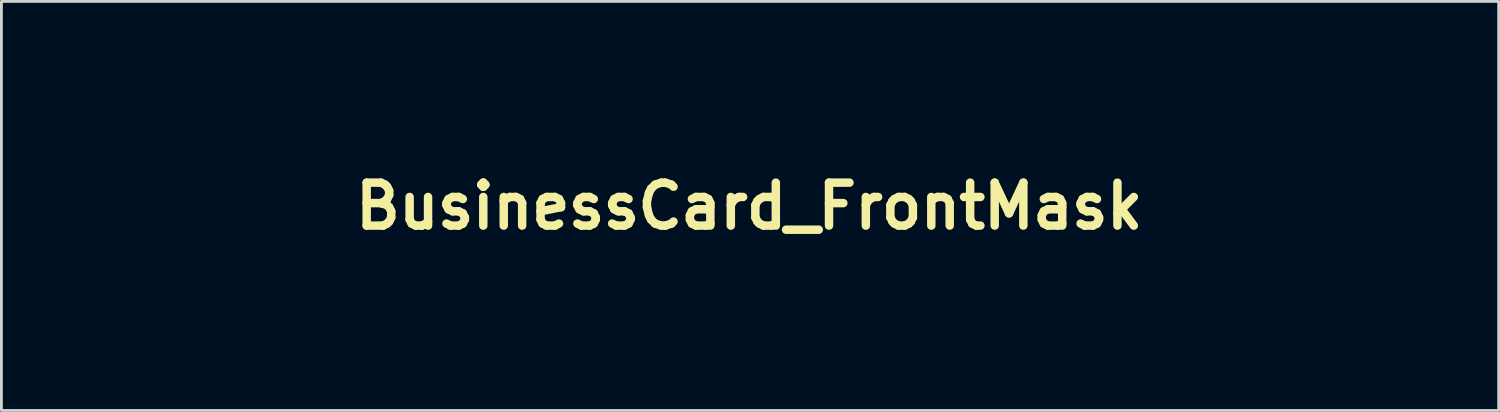
<source format=kicad_pcb>
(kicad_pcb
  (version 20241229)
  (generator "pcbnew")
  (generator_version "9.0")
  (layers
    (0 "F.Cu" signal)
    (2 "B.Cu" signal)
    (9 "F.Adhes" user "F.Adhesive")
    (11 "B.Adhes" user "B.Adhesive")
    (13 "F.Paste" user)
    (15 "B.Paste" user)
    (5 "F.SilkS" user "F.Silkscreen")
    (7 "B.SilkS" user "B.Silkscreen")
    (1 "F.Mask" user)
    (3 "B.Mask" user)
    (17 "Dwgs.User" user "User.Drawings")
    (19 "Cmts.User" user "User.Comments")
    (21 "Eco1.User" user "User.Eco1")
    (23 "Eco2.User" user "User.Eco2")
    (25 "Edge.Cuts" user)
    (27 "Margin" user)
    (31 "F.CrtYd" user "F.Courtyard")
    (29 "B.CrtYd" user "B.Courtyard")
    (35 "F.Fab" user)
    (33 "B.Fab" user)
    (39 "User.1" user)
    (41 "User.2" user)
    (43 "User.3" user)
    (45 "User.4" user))
  (footprint "BusinessCard_FrontMask"
    (layer "F.Cu")
    (at 23.529 4.264)
    (property "Reference" "BusinessCard_FrontMask" (at 0 0 0) (layer "F.SilkS") (effects (font (size 1.524 1.524) (thickness 0.3))))
    (attr through_hole)
    (fp_poly (pts (xy -22.916 3.448) (xy -23.271 3.448) (xy -23.271 0.659) (xy -22.916 0.659) (xy -22.916 3.448)) (stroke (width 0.01) (type solid)) (fill yes) (layer "F.Mask"))
    (fp_poly (pts (xy -14.956 -0.659) (xy -15.615 -0.659) (xy -15.615 -3.194) (xy -14.956 -3.194) (xy -14.956 -0.659)) (stroke (width 0.01) (type solid)) (fill yes) (layer "F.Mask"))
    (fp_poly (pts (xy -13.283 3.448) (xy -13.638 3.448) (xy -13.638 1.369) (xy -13.283 1.369) (xy -13.283 3.448)) (stroke (width 0.01) (type solid)) (fill yes) (layer "F.Mask"))
    (fp_poly (pts (xy -5.374 -0.659) (xy -6.084 -0.659) (xy -6.084 -4.259) (xy -5.374 -4.259) (xy -5.374 -0.659)) (stroke (width 0.01) (type solid)) (fill yes) (layer "F.Mask"))
    (fp_poly (pts (xy -4.107 -0.659) (xy -4.766 -0.659) (xy -4.766 -3.194) (xy -4.107 -3.194) (xy -4.107 -0.659)) (stroke (width 0.01) (type solid)) (fill yes) (layer "F.Mask"))
    (fp_poly (pts (xy -3.701 3.448) (xy -4.056 3.448) (xy -4.056 0.507) (xy -3.701 0.507) (xy -3.701 3.448)) (stroke (width 0.01) (type solid)) (fill yes) (layer "F.Mask"))
    (fp_poly (pts (xy 8.315 3.448) (xy 7.96 3.448) (xy 7.96 1.369) (xy 8.315 1.369) (xy 8.315 3.448)) (stroke (width 0.01) (type solid)) (fill yes) (layer "F.Mask"))
    (fp_poly (pts (xy 20.837 -0.659) (xy 20.127 -0.659) (xy 20.127 -3.194) (xy 20.837 -3.194) (xy 20.837 -0.659)) (stroke (width 0.01) (type solid)) (fill yes) (layer "F.Mask"))
    (fp_poly (pts (xy -13.364 0.67) (xy -13.312 0.793) (xy -13.308 0.842) (xy -13.326 0.952) (xy -13.397 0.997) (xy -13.439 1.004) (xy -13.562 0.988) (xy -13.634 0.943) (xy -13.681 0.819) (xy -13.638 0.697) (xy -13.575 0.639) (xy -13.459 0.613) (xy -13.364 0.67)) (stroke (width 0.01) (type solid)) (fill yes) (layer "F.Mask"))
    (fp_poly (pts (xy -6.489 -3.498) (xy -8.061 -3.498) (xy -8.061 -2.687) (xy -6.692 -2.687) (xy -6.692 -2.129) (xy -8.061 -2.129) (xy -8.061 -1.217) (xy -6.489 -1.217) (xy -6.489 -0.659) (xy -8.771 -0.659) (xy -8.771 -4.056) (xy -6.489 -4.056) (xy -6.489 -3.498)) (stroke (width 0.01) (type solid)) (fill yes) (layer "F.Mask"))
    (fp_poly (pts (xy 8.264 0.648) (xy 8.334 0.722) (xy 8.359 0.839) (xy 8.3 0.94) (xy 8.174 1) (xy 8.146 1.004) (xy 8.041 0.996) (xy 7.989 0.917) (xy 7.981 0.89) (xy 7.983 0.75) (xy 8.05 0.654) (xy 8.153 0.616) (xy 8.264 0.648)) (stroke (width 0.01) (type solid)) (fill yes) (layer "F.Mask"))
    (fp_poly (pts (xy 4.735 0.78) (xy 4.571 0.945) (xy 4.442 1.034) (xy 4.347 1.059) (xy 4.246 1.055) (xy 4.208 1.039) (xy 4.234 0.986) (xy 4.3 0.875) (xy 4.373 0.761) (xy 4.471 0.619) (xy 4.548 0.544) (xy 4.637 0.514) (xy 4.761 0.508) (xy 4.984 0.507) (xy 4.735 0.78)) (stroke (width 0.01) (type solid)) (fill yes) (layer "F.Mask"))
    (fp_poly (pts (xy -15.183 -4.185) (xy -15.03 -4.084) (xy -14.927 -3.938) (xy -14.92 -3.793) (xy -15.01 -3.632) (xy -15.01 -3.632) (xy -15.152 -3.526) (xy -15.325 -3.496) (xy -15.494 -3.546) (xy -15.564 -3.6) (xy -15.654 -3.751) (xy -15.655 -3.918) (xy -15.57 -4.069) (xy -15.532 -4.103) (xy -15.354 -4.194) (xy -15.183 -4.185)) (stroke (width 0.01) (type solid)) (fill yes) (layer "F.Mask"))
    (fp_poly (pts (xy 20.629 -4.178) (xy 20.771 -4.088) (xy 20.846 -3.933) (xy 20.854 -3.853) (xy 20.811 -3.684) (xy 20.699 -3.564) (xy 20.543 -3.504) (xy 20.368 -3.515) (xy 20.24 -3.577) (xy 20.156 -3.674) (xy 20.128 -3.824) (xy 20.127 -3.85) (xy 20.152 -4.019) (xy 20.236 -4.124) (xy 20.398 -4.182) (xy 20.441 -4.19) (xy 20.629 -4.178)) (stroke (width 0.01) (type solid)) (fill yes) (layer "F.Mask"))
    (fp_poly (pts (xy -3.775 -4.204) (xy -3.65 -4.194) (xy -3.6 -4.18) (xy -3.6 -4.179) (xy -3.631 -4.131) (xy -3.715 -4.027) (xy -3.837 -3.886) (xy -3.891 -3.824) (xy -4.034 -3.667) (xy -4.135 -3.571) (xy -4.221 -3.521) (xy -4.316 -3.501) (xy -4.446 -3.498) (xy -4.449 -3.498) (xy -4.598 -3.502) (xy -4.694 -3.512) (xy -4.715 -3.521) (xy -4.69 -3.571) (xy -4.624 -3.685) (xy -4.529 -3.839) (xy -4.507 -3.876) (xy -4.298 -4.208) (xy -3.949 -4.208) (xy -3.775 -4.204)) (stroke (width 0.01) (type solid)) (fill yes) (layer "F.Mask"))
    (fp_poly (pts (xy 17.184 -3.221) (xy 17.212 -3.157) (xy 17.231 -3.022) (xy 17.238 -2.874) (xy 17.238 -2.56) (xy 17.02 -2.56) (xy 16.838 -2.538) (xy 16.682 -2.48) (xy 16.665 -2.47) (xy 16.528 -2.38) (xy 16.528 -0.659) (xy 15.818 -0.659) (xy 15.818 -3.194) (xy 16.148 -3.194) (xy 16.325 -3.192) (xy 16.423 -3.18) (xy 16.466 -3.148) (xy 16.477 -3.087) (xy 16.477 -3.063) (xy 16.477 -2.932) (xy 16.631 -3.061) (xy 16.776 -3.153) (xy 16.943 -3.217) (xy 17.094 -3.24) (xy 17.184 -3.221)) (stroke (width 0.01) (type solid)) (fill yes) (layer "F.Mask"))
    (fp_poly (pts (xy -9.713 1.34) (xy -9.686 1.424) (xy -9.683 1.489) (xy -9.691 1.599) (xy -9.734 1.653) (xy -9.84 1.68) (xy -9.89 1.687) (xy -10.032 1.711) (xy -10.136 1.749) (xy -10.208 1.816) (xy -10.253 1.925) (xy -10.279 2.091) (xy -10.289 2.33) (xy -10.292 2.654) (xy -10.292 2.67) (xy -10.292 3.448) (xy -10.647 3.448) (xy -10.647 1.369) (xy -10.469 1.369) (xy -10.347 1.38) (xy -10.298 1.424) (xy -10.292 1.474) (xy -10.285 1.546) (xy -10.248 1.533) (xy -10.208 1.495) (xy -10.044 1.385) (xy -9.846 1.323) (xy -9.782 1.318) (xy -9.713 1.34)) (stroke (width 0.01) (type solid)) (fill yes) (layer "F.Mask"))
    (fp_poly (pts (xy -10.353 -2.876) (xy -10.346 -2.694) (xy -10.352 -2.594) (xy -10.376 -2.554) (xy -10.425 -2.554) (xy -10.46 -2.563) (xy -10.609 -2.57) (xy -10.782 -2.537) (xy -10.939 -2.476) (xy -11.042 -2.399) (xy -11.051 -2.384) (xy -11.069 -2.301) (xy -11.085 -2.136) (xy -11.096 -1.907) (xy -11.102 -1.633) (xy -11.103 -1.474) (xy -11.103 -0.659) (xy -11.762 -0.659) (xy -11.762 -3.194) (xy -11.463 -3.194) (xy -11.295 -3.191) (xy -11.201 -3.173) (xy -11.155 -3.131) (xy -11.131 -3.06) (xy -11.098 -2.927) (xy -10.95 -3.069) (xy -10.803 -3.174) (xy -10.631 -3.213) (xy -10.585 -3.215) (xy -10.368 -3.219) (xy -10.353 -2.876)) (stroke (width 0.01) (type solid)) (fill yes) (layer "F.Mask"))
    (fp_poly (pts (xy 3.165 1.356) (xy 3.217 1.402) (xy 3.235 1.508) (xy 3.238 1.619) (xy 3.198 1.664) (xy 3.087 1.673) (xy 3.077 1.673) (xy 2.904 1.707) (xy 2.771 1.777) (xy 2.721 1.82) (xy 2.685 1.867) (xy 2.66 1.936) (xy 2.645 2.043) (xy 2.635 2.206) (xy 2.629 2.441) (xy 2.625 2.652) (xy 2.611 3.422) (xy 2.446 3.438) (xy 2.281 3.454) (xy 2.281 1.369) (xy 2.434 1.369) (xy 2.545 1.385) (xy 2.584 1.444) (xy 2.586 1.472) (xy 2.59 1.537) (xy 2.62 1.544) (xy 2.699 1.49) (xy 2.731 1.467) (xy 2.884 1.389) (xy 3.048 1.352) (xy 3.048 1.352) (xy 3.165 1.356)) (stroke (width 0.01) (type solid)) (fill yes) (layer "F.Mask"))
    (fp_poly (pts (xy -17.986 -3.184) (xy -17.624 -3.169) (xy -17.397 -2.345) (xy -17.321 -2.075) (xy -17.254 -1.845) (xy -17.199 -1.669) (xy -17.163 -1.564) (xy -17.15 -1.541) (xy -17.13 -1.594) (xy -17.089 -1.726) (xy -17.035 -1.914) (xy -16.979 -2.111) (xy -16.909 -2.366) (xy -16.84 -2.616) (xy -16.781 -2.825) (xy -16.752 -2.928) (xy -16.677 -3.194) (xy -16.318 -3.194) (xy -16.132 -3.192) (xy -16.028 -3.181) (xy -15.988 -3.156) (xy -15.993 -3.113) (xy -15.996 -3.105) (xy -16.022 -3.034) (xy -16.075 -2.881) (xy -16.15 -2.66) (xy -16.243 -2.387) (xy -16.348 -2.075) (xy -16.424 -1.85) (xy -16.815 -0.684) (xy -17.147 -0.67) (xy -17.48 -0.655) (xy -17.565 -0.898) (xy -17.607 -1.019) (xy -17.675 -1.218) (xy -17.763 -1.476) (xy -17.865 -1.774) (xy -17.974 -2.093) (xy -18 -2.17) (xy -18.349 -3.198) (xy -17.986 -3.184)) (stroke (width 0.01) (type solid)) (fill yes) (layer "F.Mask"))
    (fp_poly (pts (xy -21.126 1.361) (xy -20.921 1.454) (xy -20.769 1.613) (xy -20.764 1.622) (xy -20.725 1.7) (xy -20.696 1.786) (xy -20.678 1.9) (xy -20.667 2.061) (xy -20.662 2.285) (xy -20.66 2.591) (xy -20.66 2.611) (xy -20.66 3.422) (xy -20.824 3.438) (xy -20.989 3.454) (xy -20.99 2.779) (xy -20.995 2.413) (xy -21.012 2.135) (xy -21.043 1.933) (xy -21.091 1.795) (xy -21.16 1.709) (xy -21.233 1.667) (xy -21.446 1.637) (xy -21.655 1.696) (xy -21.823 1.831) (xy -21.874 1.895) (xy -21.909 1.96) (xy -21.932 2.044) (xy -21.945 2.166) (xy -21.951 2.345) (xy -21.952 2.599) (xy -21.952 2.716) (xy -21.952 3.448) (xy -22.307 3.448) (xy -22.307 1.369) (xy -22.13 1.369) (xy -22.01 1.378) (xy -21.961 1.421) (xy -21.952 1.5) (xy -21.952 1.631) (xy -21.802 1.505) (xy -21.592 1.383) (xy -21.358 1.337) (xy -21.126 1.361)) (stroke (width 0.01) (type solid)) (fill yes) (layer "F.Mask"))
    (fp_poly (pts (xy 6.903 1.348) (xy 7.129 1.444) (xy 7.225 1.523) (xy 7.296 1.624) (xy 7.346 1.765) (xy 7.378 1.958) (xy 7.395 2.22) (xy 7.402 2.564) (xy 7.402 2.66) (xy 7.402 3.448) (xy 7.047 3.448) (xy 7.047 2.659) (xy 7.047 2.36) (xy 7.043 2.145) (xy 7.035 1.997) (xy 7.019 1.898) (xy 6.993 1.832) (xy 6.955 1.78) (xy 6.923 1.747) (xy 6.799 1.66) (xy 6.671 1.622) (xy 6.667 1.622) (xy 6.495 1.655) (xy 6.326 1.737) (xy 6.204 1.846) (xy 6.187 1.873) (xy 6.168 1.958) (xy 6.152 2.123) (xy 6.141 2.349) (xy 6.135 2.614) (xy 6.135 2.709) (xy 6.135 3.448) (xy 5.78 3.448) (xy 5.78 1.369) (xy 5.957 1.369) (xy 6.081 1.381) (xy 6.13 1.427) (xy 6.135 1.463) (xy 6.142 1.514) (xy 6.178 1.524) (xy 6.264 1.49) (xy 6.375 1.434) (xy 6.646 1.343) (xy 6.903 1.348)) (stroke (width 0.01) (type solid)) (fill yes) (layer "F.Mask"))
    (fp_poly (pts (xy -14.702 1.354) (xy -14.501 1.434) (xy -14.352 1.576) (xy -14.346 1.587) (xy -14.309 1.658) (xy -14.282 1.741) (xy -14.264 1.855) (xy -14.253 2.015) (xy -14.248 2.24) (xy -14.247 2.547) (xy -14.246 2.598) (xy -14.246 3.448) (xy -14.54 3.448) (xy -14.562 2.674) (xy -14.572 2.399) (xy -14.585 2.155) (xy -14.6 1.964) (xy -14.615 1.843) (xy -14.622 1.817) (xy -14.713 1.721) (xy -14.864 1.657) (xy -15.036 1.638) (xy -15.103 1.647) (xy -15.24 1.709) (xy -15.371 1.816) (xy -15.386 1.833) (xy -15.436 1.897) (xy -15.471 1.962) (xy -15.493 2.046) (xy -15.506 2.17) (xy -15.512 2.35) (xy -15.514 2.607) (xy -15.514 2.716) (xy -15.514 3.448) (xy -15.869 3.448) (xy -15.869 1.369) (xy -15.691 1.369) (xy -15.571 1.378) (xy -15.522 1.421) (xy -15.514 1.5) (xy -15.514 1.631) (xy -15.365 1.506) (xy -15.161 1.388) (xy -14.932 1.338) (xy -14.702 1.354)) (stroke (width 0.01) (type solid)) (fill yes) (layer "F.Mask"))
    (fp_poly (pts (xy 11.957 1.347) (xy 12.212 1.431) (xy 12.438 1.598) (xy 12.599 1.827) (xy 12.695 2.099) (xy 12.727 2.392) (xy 12.699 2.685) (xy 12.61 2.956) (xy 12.465 3.182) (xy 12.279 3.335) (xy 11.986 3.449) (xy 11.694 3.471) (xy 11.483 3.424) (xy 11.232 3.282) (xy 11.038 3.068) (xy 10.909 2.798) (xy 10.857 2.516) (xy 11.215 2.516) (xy 11.229 2.631) (xy 11.306 2.864) (xy 11.439 3.042) (xy 11.61 3.154) (xy 11.8 3.192) (xy 11.993 3.147) (xy 12.086 3.088) (xy 12.252 2.907) (xy 12.345 2.674) (xy 12.37 2.408) (xy 12.336 2.122) (xy 12.237 1.889) (xy 12.084 1.722) (xy 11.885 1.633) (xy 11.776 1.622) (xy 11.579 1.669) (xy 11.416 1.798) (xy 11.295 1.992) (xy 11.225 2.237) (xy 11.215 2.516) (xy 10.857 2.516) (xy 10.851 2.488) (xy 10.871 2.154) (xy 10.902 2.017) (xy 11.021 1.755) (xy 11.205 1.552) (xy 11.435 1.413) (xy 11.692 1.343) (xy 11.957 1.347)) (stroke (width 0.01) (type solid)) (fill yes) (layer "F.Mask"))
    (fp_poly (pts (xy 4.612 1.357) (xy 4.86 1.454) (xy 5.074 1.632) (xy 5.109 1.674) (xy 5.245 1.92) (xy 5.314 2.203) (xy 5.321 2.5) (xy 5.268 2.788) (xy 5.158 3.046) (xy 4.994 3.25) (xy 4.877 3.335) (xy 4.589 3.448) (xy 4.301 3.472) (xy 4.088 3.426) (xy 3.831 3.281) (xy 3.635 3.067) (xy 3.507 2.798) (xy 3.452 2.494) (xy 3.814 2.494) (xy 3.865 2.755) (xy 3.97 2.966) (xy 4.119 3.113) (xy 4.305 3.188) (xy 4.517 3.178) (xy 4.63 3.138) (xy 4.77 3.023) (xy 4.878 2.838) (xy 4.948 2.609) (xy 4.973 2.363) (xy 4.948 2.129) (xy 4.893 1.979) (xy 4.746 1.78) (xy 4.566 1.665) (xy 4.372 1.631) (xy 4.183 1.674) (xy 4.016 1.79) (xy 3.889 1.976) (xy 3.827 2.192) (xy 3.814 2.494) (xy 3.452 2.494) (xy 3.452 2.49) (xy 3.475 2.16) (xy 3.528 1.962) (xy 3.662 1.707) (xy 3.856 1.516) (xy 4.091 1.391) (xy 4.35 1.337) (xy 4.612 1.357)) (stroke (width 0.01) (type solid)) (fill yes) (layer "F.Mask"))
    (fp_poly (pts (xy -21.243 -2.723) (xy -21.243 -2.319) (xy -21.245 -2.004) (xy -21.249 -1.762) (xy -21.256 -1.582) (xy -21.268 -1.449) (xy -21.285 -1.351) (xy -21.308 -1.273) (xy -21.338 -1.202) (xy -21.357 -1.165) (xy -21.49 -0.972) (xy -21.668 -0.803) (xy -21.691 -0.787) (xy -21.816 -0.708) (xy -21.933 -0.66) (xy -22.078 -0.634) (xy -22.285 -0.621) (xy -22.324 -0.62) (xy -22.569 -0.618) (xy -22.748 -0.637) (xy -22.893 -0.68) (xy -22.941 -0.702) (xy -23.098 -0.792) (xy -23.232 -0.896) (xy -23.256 -0.919) (xy -23.375 -1.089) (xy -23.47 -1.295) (xy -23.521 -1.492) (xy -23.524 -1.545) (xy -23.519 -1.612) (xy -23.489 -1.65) (xy -23.413 -1.668) (xy -23.267 -1.673) (xy -23.169 -1.673) (xy -22.984 -1.671) (xy -22.878 -1.66) (xy -22.829 -1.633) (xy -22.815 -1.58) (xy -22.814 -1.544) (xy -22.768 -1.386) (xy -22.648 -1.257) (xy -22.482 -1.178) (xy -22.383 -1.166) (xy -22.19 -1.207) (xy -22.077 -1.291) (xy -21.952 -1.415) (xy -21.952 -4.056) (xy -21.243 -4.056) (xy -21.243 -2.723)) (stroke (width 0.01) (type solid)) (fill yes) (layer "F.Mask"))
    (fp_poly (pts (xy -8.213 1.389) (xy -7.965 1.519) (xy -7.771 1.734) (xy -7.707 1.849) (xy -7.627 2.104) (xy -7.6 2.399) (xy -7.627 2.697) (xy -7.704 2.961) (xy -7.765 3.076) (xy -7.958 3.28) (xy -8.206 3.416) (xy -8.485 3.475) (xy -8.769 3.449) (xy -8.847 3.425) (xy -9.091 3.285) (xy -9.281 3.073) (xy -9.409 2.805) (xy -9.467 2.499) (xy -9.457 2.336) (xy -9.11 2.336) (xy -9.097 2.592) (xy -9.02 2.84) (xy -8.972 2.931) (xy -8.817 3.101) (xy -8.621 3.183) (xy -8.402 3.172) (xy -8.268 3.12) (xy -8.114 2.985) (xy -8.01 2.772) (xy -7.962 2.495) (xy -7.96 2.408) (xy -7.992 2.111) (xy -8.086 1.878) (xy -8.233 1.718) (xy -8.428 1.639) (xy -8.636 1.643) (xy -8.823 1.725) (xy -8.967 1.882) (xy -9.065 2.092) (xy -9.11 2.336) (xy -9.457 2.336) (xy -9.446 2.172) (xy -9.441 2.143) (xy -9.334 1.827) (xy -9.163 1.589) (xy -8.931 1.43) (xy -8.64 1.354) (xy -8.512 1.347) (xy -8.213 1.389)) (stroke (width 0.01) (type solid)) (fill yes) (layer "F.Mask"))
    (fp_poly (pts (xy 1.47 1.369) (xy 1.648 1.369) (xy 1.768 1.378) (xy 1.817 1.421) (xy 1.825 1.496) (xy 1.812 1.581) (xy 1.752 1.616) (xy 1.648 1.622) (xy 1.47 1.622) (xy 1.47 2.356) (xy 1.471 2.644) (xy 1.475 2.847) (xy 1.485 2.981) (xy 1.502 3.064) (xy 1.529 3.112) (xy 1.568 3.141) (xy 1.572 3.144) (xy 1.693 3.182) (xy 1.762 3.183) (xy 1.836 3.206) (xy 1.866 3.301) (xy 1.861 3.397) (xy 1.799 3.446) (xy 1.72 3.466) (xy 1.588 3.49) (xy 1.508 3.491) (xy 1.431 3.463) (xy 1.37 3.433) (xy 1.279 3.375) (xy 1.212 3.295) (xy 1.166 3.179) (xy 1.137 3.012) (xy 1.122 2.777) (xy 1.116 2.46) (xy 1.116 2.37) (xy 1.115 1.622) (xy 0.913 1.622) (xy 0.782 1.615) (xy 0.724 1.583) (xy 0.71 1.507) (xy 0.71 1.496) (xy 0.721 1.414) (xy 0.773 1.378) (xy 0.895 1.369) (xy 0.913 1.369) (xy 1.115 1.369) (xy 1.115 0.862) (xy 1.47 0.862) (xy 1.47 1.369)) (stroke (width 0.01) (type solid)) (fill yes) (layer "F.Mask"))
    (fp_poly (pts (xy 23.013 -3.199) (xy 23.241 -3.096) (xy 23.416 -2.925) (xy 23.433 -2.899) (xy 23.473 -2.83) (xy 23.503 -2.757) (xy 23.524 -2.665) (xy 23.54 -2.538) (xy 23.55 -2.361) (xy 23.558 -2.118) (xy 23.564 -1.794) (xy 23.566 -1.686) (xy 23.582 -0.659) (xy 22.924 -0.659) (xy 22.907 -1.576) (xy 22.901 -1.902) (xy 22.894 -2.141) (xy 22.885 -2.31) (xy 22.87 -2.423) (xy 22.849 -2.497) (xy 22.819 -2.545) (xy 22.778 -2.584) (xy 22.764 -2.595) (xy 22.607 -2.665) (xy 22.415 -2.67) (xy 22.232 -2.612) (xy 22.151 -2.557) (xy 22.116 -2.517) (xy 22.091 -2.463) (xy 22.073 -2.377) (xy 22.062 -2.245) (xy 22.056 -2.052) (xy 22.054 -1.782) (xy 22.054 -1.564) (xy 22.054 -0.659) (xy 21.395 -0.659) (xy 21.395 -3.194) (xy 21.699 -3.194) (xy 21.87 -3.19) (xy 21.962 -3.173) (xy 21.999 -3.136) (xy 22.003 -3.101) (xy 22.019 -3.004) (xy 22.074 -2.982) (xy 22.183 -3.033) (xy 22.239 -3.069) (xy 22.489 -3.189) (xy 22.754 -3.231) (xy 23.013 -3.199)) (stroke (width 0.01) (type solid)) (fill yes) (layer "F.Mask"))
    (fp_poly (pts (xy 14.417 -3.209) (xy 14.719 -3.113) (xy 14.969 -2.948) (xy 15.182 -2.696) (xy 15.323 -2.4) (xy 15.393 -2.078) (xy 15.394 -1.749) (xy 15.328 -1.431) (xy 15.197 -1.141) (xy 15.002 -0.897) (xy 14.754 -0.722) (xy 14.497 -0.638) (xy 14.197 -0.607) (xy 13.898 -0.632) (xy 13.663 -0.703) (xy 13.402 -0.875) (xy 13.199 -1.12) (xy 13.06 -1.424) (xy 12.993 -1.773) (xy 12.995 -1.903) (xy 13.689 -1.903) (xy 13.701 -1.653) (xy 13.745 -1.469) (xy 13.83 -1.317) (xy 13.88 -1.255) (xy 13.99 -1.193) (xy 14.153 -1.167) (xy 14.329 -1.179) (xy 14.457 -1.221) (xy 14.572 -1.336) (xy 14.654 -1.532) (xy 14.698 -1.791) (xy 14.703 -1.927) (xy 14.672 -2.22) (xy 14.585 -2.448) (xy 14.451 -2.604) (xy 14.278 -2.679) (xy 14.073 -2.666) (xy 13.972 -2.629) (xy 13.829 -2.509) (xy 13.735 -2.304) (xy 13.692 -2.018) (xy 13.689 -1.903) (xy 12.995 -1.903) (xy 12.996 -2.066) (xy 13.06 -2.383) (xy 13.182 -2.672) (xy 13.35 -2.907) (xy 13.481 -3.021) (xy 13.774 -3.164) (xy 14.093 -3.227) (xy 14.417 -3.209)) (stroke (width 0.01) (type solid)) (fill yes) (layer "F.Mask"))
    (fp_poly (pts (xy 0.03 1.385) (xy 0.259 1.489) (xy 0.434 1.648) (xy 0.483 1.726) (xy 0.553 1.906) (xy 0.546 2.023) (xy 0.46 2.075) (xy 0.418 2.079) (xy 0.311 2.056) (xy 0.227 1.971) (xy 0.177 1.888) (xy 0.037 1.721) (xy -0.15 1.638) (xy -0.365 1.644) (xy -0.458 1.674) (xy -0.615 1.79) (xy -0.725 1.972) (xy -0.789 2.198) (xy -0.806 2.444) (xy -0.776 2.686) (xy -0.699 2.902) (xy -0.575 3.068) (xy -0.458 3.142) (xy -0.241 3.184) (xy -0.035 3.139) (xy 0.133 3.014) (xy 0.177 2.955) (xy 0.283 2.832) (xy 0.408 2.791) (xy 0.418 2.79) (xy 0.526 2.814) (xy 0.555 2.891) (xy 0.507 3.028) (xy 0.455 3.119) (xy 0.297 3.287) (xy 0.075 3.408) (xy -0.18 3.47) (xy -0.437 3.462) (xy -0.483 3.453) (xy -0.73 3.349) (xy -0.924 3.169) (xy -1.017 3.03) (xy -1.083 2.896) (xy -1.121 2.759) (xy -1.137 2.583) (xy -1.14 2.408) (xy -1.113 2.065) (xy -1.031 1.798) (xy -0.888 1.592) (xy -0.724 1.464) (xy -0.487 1.367) (xy -0.227 1.343) (xy 0.03 1.385)) (stroke (width 0.01) (type solid)) (fill yes) (layer "F.Mask"))
    (fp_poly (pts (xy 10.048 1.395) (xy 10.281 1.536) (xy 10.456 1.75) (xy 10.471 1.778) (xy 10.538 1.936) (xy 10.533 2.03) (xy 10.454 2.073) (xy 10.368 2.079) (xy 10.245 2.067) (xy 10.195 2.022) (xy 10.19 1.982) (xy 10.146 1.869) (xy 10.035 1.756) (xy 9.889 1.666) (xy 9.738 1.623) (xy 9.716 1.622) (xy 9.5 1.665) (xy 9.338 1.793) (xy 9.231 2.004) (xy 9.181 2.295) (xy 9.176 2.424) (xy 9.204 2.727) (xy 9.288 2.949) (xy 9.433 3.097) (xy 9.597 3.165) (xy 9.793 3.177) (xy 9.975 3.126) (xy 10.112 3.024) (xy 10.169 2.917) (xy 10.211 2.827) (xy 10.297 2.792) (xy 10.373 2.788) (xy 10.496 2.805) (xy 10.54 2.861) (xy 10.509 2.968) (xy 10.431 3.095) (xy 10.237 3.298) (xy 9.991 3.428) (xy 9.718 3.477) (xy 9.442 3.437) (xy 9.414 3.427) (xy 9.162 3.292) (xy 8.982 3.097) (xy 8.871 2.835) (xy 8.825 2.499) (xy 8.824 2.408) (xy 8.858 2.048) (xy 8.96 1.762) (xy 9.132 1.548) (xy 9.376 1.404) (xy 9.493 1.366) (xy 9.779 1.336) (xy 10.048 1.395)) (stroke (width 0.01) (type solid)) (fill yes) (layer "F.Mask"))
    (fp_poly (pts (xy -12.901 -3.176) (xy -12.635 -3.036) (xy -12.422 -2.82) (xy -12.269 -2.536) (xy -12.183 -2.189) (xy -12.168 -1.943) (xy -12.168 -1.673) (xy -12.979 -1.673) (xy -13.253 -1.671) (xy -13.487 -1.665) (xy -13.665 -1.655) (xy -13.769 -1.644) (xy -13.79 -1.635) (xy -13.759 -1.548) (xy -13.684 -1.426) (xy -13.592 -1.307) (xy -13.509 -1.23) (xy -13.501 -1.225) (xy -13.282 -1.16) (xy -13.034 -1.166) (xy -12.795 -1.24) (xy -12.709 -1.29) (xy -12.527 -1.414) (xy -12.372 -1.218) (xy -12.217 -1.023) (xy -12.398 -0.873) (xy -12.673 -0.709) (xy -12.992 -0.62) (xy -13.331 -0.607) (xy -13.663 -0.673) (xy -13.847 -0.75) (xy -14.124 -0.945) (xy -14.32 -1.199) (xy -14.438 -1.518) (xy -14.452 -1.584) (xy -14.479 -1.961) (xy -14.447 -2.18) (xy -13.785 -2.18) (xy -12.816 -2.18) (xy -12.849 -2.319) (xy -12.929 -2.483) (xy -13.068 -2.614) (xy -13.23 -2.683) (xy -13.279 -2.687) (xy -13.457 -2.641) (xy -13.617 -2.519) (xy -13.726 -2.347) (xy -13.732 -2.332) (xy -13.785 -2.18) (xy -14.447 -2.18) (xy -14.427 -2.312) (xy -14.302 -2.625) (xy -14.111 -2.885) (xy -13.861 -3.081) (xy -13.561 -3.199) (xy -13.555 -3.2) (xy -13.21 -3.233) (xy -12.901 -3.176)) (stroke (width 0.01) (type solid)) (fill yes) (layer "F.Mask"))
    (fp_poly (pts (xy -1.911 -3.135) (xy -1.625 -2.947) (xy -1.57 -2.896) (xy -1.413 -2.722) (xy -1.309 -2.544) (xy -1.248 -2.335) (xy -1.221 -2.067) (xy -1.217 -1.872) (xy -1.257 -1.487) (xy -1.376 -1.163) (xy -1.574 -0.902) (xy -1.715 -0.786) (xy -1.847 -0.704) (xy -1.975 -0.656) (xy -2.134 -0.63) (xy -2.324 -0.618) (xy -2.542 -0.614) (xy -2.7 -0.63) (xy -2.838 -0.671) (xy -2.973 -0.734) (xy -3.241 -0.921) (xy -3.434 -1.173) (xy -3.553 -1.493) (xy -3.595 -1.852) (xy -2.922 -1.852) (xy -2.888 -1.619) (xy -2.815 -1.412) (xy -2.705 -1.253) (xy -2.558 -1.163) (xy -2.521 -1.155) (xy -2.354 -1.158) (xy -2.176 -1.204) (xy -2.049 -1.271) (xy -1.975 -1.383) (xy -1.917 -1.567) (xy -1.882 -1.795) (xy -1.876 -1.941) (xy -1.908 -2.225) (xy -1.996 -2.448) (xy -2.132 -2.601) (xy -2.306 -2.675) (xy -2.508 -2.663) (xy -2.632 -2.613) (xy -2.771 -2.492) (xy -2.865 -2.31) (xy -2.915 -2.09) (xy -2.922 -1.852) (xy -3.595 -1.852) (xy -3.599 -1.882) (xy -3.599 -1.933) (xy -3.558 -2.312) (xy -3.439 -2.636) (xy -3.246 -2.897) (xy -2.984 -3.089) (xy -2.66 -3.204) (xy -2.574 -3.22) (xy -2.227 -3.226) (xy -1.911 -3.135)) (stroke (width 0.01) (type solid)) (fill yes) (layer "F.Mask"))
    (fp_poly (pts (xy -16.799 1.396) (xy -16.593 1.519) (xy -16.426 1.704) (xy -16.315 1.946) (xy -16.274 2.241) (xy -16.274 2.484) (xy -16.959 2.484) (xy -17.233 2.485) (xy -17.423 2.489) (xy -17.542 2.498) (xy -17.608 2.515) (xy -17.637 2.543) (xy -17.643 2.583) (xy -17.643 2.591) (xy -17.599 2.791) (xy -17.482 2.978) (xy -17.319 3.112) (xy -17.303 3.12) (xy -17.064 3.18) (xy -16.82 3.142) (xy -16.624 3.038) (xy -16.518 2.97) (xy -16.453 2.959) (xy -16.393 3.003) (xy -16.385 3.011) (xy -16.34 3.107) (xy -16.38 3.207) (xy -16.486 3.301) (xy -16.642 3.382) (xy -16.83 3.443) (xy -17.034 3.474) (xy -17.237 3.468) (xy -17.32 3.452) (xy -17.589 3.337) (xy -17.793 3.146) (xy -17.928 2.885) (xy -17.992 2.558) (xy -17.997 2.431) (xy -17.986 2.231) (xy -17.654 2.231) (xy -16.616 2.231) (xy -16.646 2.041) (xy -16.718 1.835) (xy -16.843 1.7) (xy -17.003 1.632) (xy -17.177 1.632) (xy -17.348 1.699) (xy -17.496 1.831) (xy -17.601 2.028) (xy -17.62 2.091) (xy -17.654 2.231) (xy -17.986 2.231) (xy -17.984 2.188) (xy -17.934 1.988) (xy -17.868 1.837) (xy -17.701 1.594) (xy -17.495 1.433) (xy -17.265 1.349) (xy -17.028 1.337) (xy -16.799 1.396)) (stroke (width 0.01) (type solid)) (fill yes) (layer "F.Mask"))
    (fp_poly (pts (xy 11.052 -3.005) (xy 11.289 -3.125) (xy 11.575 -3.223) (xy 11.844 -3.228) (xy 12.088 -3.148) (xy 12.299 -2.99) (xy 12.47 -2.763) (xy 12.592 -2.474) (xy 12.658 -2.131) (xy 12.661 -1.776) (xy 12.604 -1.379) (xy 12.491 -1.066) (xy 12.32 -0.835) (xy 12.092 -0.685) (xy 11.803 -0.615) (xy 11.669 -0.608) (xy 11.442 -0.635) (xy 11.247 -0.727) (xy 11.235 -0.735) (xy 11.102 -0.822) (xy 11.033 -0.853) (xy 11.006 -0.831) (xy 11.002 -0.76) (xy 10.99 -0.704) (xy 10.942 -0.673) (xy 10.832 -0.661) (xy 10.697 -0.659) (xy 10.393 -0.659) (xy 10.393 -1.904) (xy 11.052 -1.904) (xy 11.054 -1.666) (xy 11.063 -1.507) (xy 11.082 -1.405) (xy 11.116 -1.336) (xy 11.166 -1.281) (xy 11.283 -1.196) (xy 11.382 -1.152) (xy 11.471 -1.129) (xy 11.498 -1.121) (xy 11.549 -1.135) (xy 11.657 -1.176) (xy 11.688 -1.189) (xy 11.844 -1.293) (xy 11.918 -1.404) (xy 11.951 -1.553) (xy 11.968 -1.762) (xy 11.97 -1.993) (xy 11.957 -2.209) (xy 11.928 -2.37) (xy 11.921 -2.393) (xy 11.806 -2.564) (xy 11.632 -2.66) (xy 11.419 -2.67) (xy 11.27 -2.632) (xy 11.167 -2.564) (xy 11.102 -2.449) (xy 11.066 -2.272) (xy 11.053 -2.016) (xy 11.052 -1.904) (xy 10.393 -1.904) (xy 10.393 -4.259) (xy 11.052 -4.259) (xy 11.052 -3.005)) (stroke (width 0.01) (type solid)) (fill yes) (layer "F.Mask"))
    (fp_poly (pts (xy -5.055 1.388) (xy -4.836 1.515) (xy -4.663 1.708) (xy -4.55 1.959) (xy -4.512 2.241) (xy -4.512 2.484) (xy -5.881 2.484) (xy -5.881 2.618) (xy -5.839 2.799) (xy -5.73 2.978) (xy -5.583 3.113) (xy -5.525 3.144) (xy -5.322 3.183) (xy -5.107 3.156) (xy -4.925 3.069) (xy -4.895 3.044) (xy -4.776 2.957) (xy -4.685 2.955) (xy -4.612 3.018) (xy -4.596 3.107) (xy -4.656 3.212) (xy -4.775 3.318) (xy -4.934 3.405) (xy -5.047 3.443) (xy -5.211 3.48) (xy -5.332 3.49) (xy -5.463 3.472) (xy -5.571 3.447) (xy -5.828 3.337) (xy -6.038 3.138) (xy -6.121 3.012) (xy -6.187 2.87) (xy -6.222 2.709) (xy -6.235 2.493) (xy -6.235 2.437) (xy -6.209 2.142) (xy -5.883 2.142) (xy -5.842 2.194) (xy -5.733 2.221) (xy -5.542 2.23) (xy -5.374 2.231) (xy -5.143 2.229) (xy -4.996 2.223) (xy -4.913 2.208) (xy -4.876 2.179) (xy -4.867 2.135) (xy -4.867 2.127) (xy -4.9 1.974) (xy -4.982 1.815) (xy -5.087 1.695) (xy -5.118 1.675) (xy -5.317 1.62) (xy -5.516 1.656) (xy -5.693 1.773) (xy -5.805 1.927) (xy -5.866 2.056) (xy -5.883 2.142) (xy -6.209 2.142) (xy -6.204 2.078) (xy -6.107 1.793) (xy -5.941 1.576) (xy -5.835 1.493) (xy -5.57 1.369) (xy -5.305 1.337) (xy -5.055 1.388)) (stroke (width 0.01) (type solid)) (fill yes) (layer "F.Mask"))
    (fp_poly (pts (xy 5.051 -3.177) (xy 5.33 -3.053) (xy 5.548 -2.851) (xy 5.7 -2.577) (xy 5.783 -2.235) (xy 5.797 -2.043) (xy 5.805 -1.698) (xy 5.006 -1.684) (xy 4.684 -1.677) (xy 4.453 -1.666) (xy 4.304 -1.646) (xy 4.226 -1.613) (xy 4.211 -1.562) (xy 4.247 -1.489) (xy 4.326 -1.389) (xy 4.338 -1.374) (xy 4.526 -1.224) (xy 4.754 -1.155) (xy 5 -1.167) (xy 5.242 -1.264) (xy 5.304 -1.305) (xy 5.441 -1.405) (xy 5.594 -1.23) (xy 5.685 -1.107) (xy 5.706 -1.009) (xy 5.651 -0.919) (xy 5.512 -0.822) (xy 5.375 -0.748) (xy 5.181 -0.662) (xy 4.999 -0.621) (xy 4.774 -0.612) (xy 4.769 -0.612) (xy 4.566 -0.624) (xy 4.378 -0.649) (xy 4.271 -0.676) (xy 3.982 -0.832) (xy 3.754 -1.063) (xy 3.595 -1.358) (xy 3.514 -1.702) (xy 3.511 -1.727) (xy 3.515 -2.122) (xy 3.541 -2.228) (xy 4.208 -2.228) (xy 4.255 -2.207) (xy 4.383 -2.191) (xy 4.572 -2.181) (xy 4.686 -2.18) (xy 5.164 -2.18) (xy 5.118 -2.345) (xy 5.02 -2.54) (xy 4.869 -2.654) (xy 4.68 -2.68) (xy 4.469 -2.615) (xy 4.346 -2.514) (xy 4.248 -2.37) (xy 4.208 -2.231) (xy 4.208 -2.228) (xy 3.541 -2.228) (xy 3.598 -2.469) (xy 3.754 -2.76) (xy 3.976 -2.986) (xy 4.257 -3.14) (xy 4.592 -3.214) (xy 4.715 -3.219) (xy 5.051 -3.177)) (stroke (width 0.01) (type solid)) (fill yes) (layer "F.Mask"))
    (fp_poly (pts (xy -2.186 1.344) (xy -1.942 1.429) (xy -1.737 1.595) (xy -1.583 1.826) (xy -1.491 2.105) (xy -1.471 2.319) (xy -1.47 2.484) (xy -2.152 2.484) (xy -2.404 2.487) (xy -2.619 2.496) (xy -2.776 2.51) (xy -2.856 2.526) (xy -2.862 2.53) (xy -2.872 2.63) (xy -2.826 2.771) (xy -2.742 2.919) (xy -2.635 3.043) (xy -2.591 3.078) (xy -2.367 3.177) (xy -2.141 3.174) (xy -1.911 3.071) (xy -1.906 3.067) (xy -1.772 2.989) (xy -1.678 2.972) (xy -1.62 2.993) (xy -1.541 3.053) (xy -1.521 3.09) (xy -1.562 3.163) (xy -1.668 3.257) (xy -1.808 3.351) (xy -1.955 3.424) (xy -2.017 3.445) (xy -2.217 3.488) (xy -2.387 3.484) (xy -2.581 3.433) (xy -2.611 3.422) (xy -2.863 3.282) (xy -3.057 3.069) (xy -3.184 2.798) (xy -3.236 2.484) (xy -3.229 2.301) (xy -3.184 2.099) (xy -2.839 2.099) (xy -2.839 2.231) (xy -2.332 2.231) (xy -2.098 2.229) (xy -1.948 2.22) (xy -1.864 2.203) (xy -1.829 2.173) (xy -1.825 2.15) (xy -1.872 1.948) (xy -1.996 1.778) (xy -2.173 1.662) (xy -2.365 1.622) (xy -2.498 1.664) (xy -2.64 1.769) (xy -2.762 1.907) (xy -2.832 2.049) (xy -2.839 2.099) (xy -3.184 2.099) (xy -3.157 1.974) (xy -3.017 1.705) (xy -2.822 1.502) (xy -2.581 1.375) (xy -2.306 1.334) (xy -2.186 1.344)) (stroke (width 0.01) (type solid)) (fill yes) (layer "F.Mask"))
    (fp_poly (pts (xy 2.225 -4.071) (xy 2.293 -4.054) (xy 2.558 -3.933) (xy 2.798 -3.739) (xy 2.991 -3.495) (xy 3.117 -3.225) (xy 3.151 -3.067) (xy 3.169 -2.915) (xy 2.495 -2.885) (xy 2.426 -3.099) (xy 2.312 -3.311) (xy 2.142 -3.454) (xy 1.935 -3.526) (xy 1.712 -3.525) (xy 1.493 -3.448) (xy 1.299 -3.293) (xy 1.246 -3.228) (xy 1.201 -3.155) (xy 1.17 -3.065) (xy 1.148 -2.937) (xy 1.134 -2.752) (xy 1.125 -2.489) (xy 1.123 -2.436) (xy 1.123 -2.059) (xy 1.147 -1.769) (xy 1.201 -1.55) (xy 1.287 -1.391) (xy 1.41 -1.277) (xy 1.474 -1.24) (xy 1.7 -1.17) (xy 1.932 -1.178) (xy 2.145 -1.254) (xy 2.316 -1.39) (xy 2.42 -1.576) (xy 2.425 -1.594) (xy 2.45 -1.675) (xy 2.49 -1.722) (xy 2.57 -1.747) (xy 2.713 -1.759) (xy 2.825 -1.764) (xy 3.184 -1.779) (xy 3.137 -1.568) (xy 3.024 -1.244) (xy 2.84 -0.987) (xy 2.578 -0.787) (xy 2.434 -0.714) (xy 2.221 -0.651) (xy 1.952 -0.617) (xy 1.667 -0.614) (xy 1.408 -0.642) (xy 1.274 -0.678) (xy 0.984 -0.835) (xy 0.744 -1.074) (xy 0.561 -1.385) (xy 0.441 -1.757) (xy 0.406 -1.97) (xy 0.386 -2.419) (xy 0.426 -2.839) (xy 0.522 -3.214) (xy 0.671 -3.53) (xy 0.868 -3.772) (xy 0.9 -3.8) (xy 1.179 -3.969) (xy 1.511 -4.074) (xy 1.87 -4.11) (xy 2.225 -4.071)) (stroke (width 0.01) (type solid)) (fill yes) (layer "F.Mask"))
    (fp_poly (pts (xy -11.698 1.356) (xy -11.466 1.462) (xy -11.277 1.643) (xy -11.145 1.892) (xy -11.11 2.018) (xy -11.07 2.199) (xy -11.051 2.326) (xy -11.066 2.408) (xy -11.127 2.456) (xy -11.248 2.478) (xy -11.443 2.485) (xy -11.724 2.484) (xy -11.762 2.484) (xy -12.057 2.485) (xy -12.263 2.492) (xy -12.393 2.51) (xy -12.458 2.547) (xy -12.471 2.608) (xy -12.445 2.699) (xy -12.403 2.803) (xy -12.274 3.01) (xy -12.092 3.134) (xy -11.904 3.179) (xy -11.734 3.181) (xy -11.591 3.132) (xy -11.493 3.072) (xy -11.358 2.991) (xy -11.264 2.972) (xy -11.202 2.993) (xy -11.119 3.054) (xy -11.12 3.122) (xy -11.205 3.218) (xy -11.217 3.23) (xy -11.462 3.389) (xy -11.744 3.47) (xy -12.034 3.466) (xy -12.185 3.426) (xy -12.445 3.281) (xy -12.642 3.066) (xy -12.772 2.799) (xy -12.827 2.493) (xy -12.803 2.173) (xy -12.443 2.173) (xy -12.44 2.19) (xy -12.381 2.211) (xy -12.25 2.224) (xy -12.074 2.23) (xy -11.877 2.23) (xy -11.687 2.224) (xy -11.529 2.212) (xy -11.429 2.194) (xy -11.407 2.178) (xy -11.439 2.047) (xy -11.516 1.89) (xy -11.613 1.754) (xy -11.667 1.705) (xy -11.853 1.629) (xy -12.045 1.643) (xy -12.22 1.739) (xy -12.356 1.91) (xy -12.375 1.949) (xy -12.425 2.08) (xy -12.443 2.173) (xy -12.803 2.173) (xy -12.802 2.166) (xy -12.749 1.972) (xy -12.622 1.716) (xy -12.437 1.528) (xy -12.225 1.408) (xy -11.956 1.336) (xy -11.698 1.356)) (stroke (width 0.01) (type solid)) (fill yes) (layer "F.Mask"))
    (fp_poly (pts (xy 9.401 -3.173) (xy 9.547 -3.091) (xy 9.639 -3.009) (xy 9.71 -2.917) (xy 9.762 -2.801) (xy 9.797 -2.646) (xy 9.819 -2.438) (xy 9.831 -2.163) (xy 9.835 -1.806) (xy 9.836 -1.653) (xy 9.836 -0.659) (xy 9.183 -0.659) (xy 9.167 -1.595) (xy 9.158 -1.96) (xy 9.147 -2.234) (xy 9.131 -2.425) (xy 9.11 -2.543) (xy 9.085 -2.596) (xy 8.997 -2.636) (xy 8.852 -2.659) (xy 8.789 -2.662) (xy 8.623 -2.648) (xy 8.515 -2.596) (xy 8.462 -2.542) (xy 8.427 -2.489) (xy 8.401 -2.422) (xy 8.384 -2.323) (xy 8.373 -2.177) (xy 8.367 -1.968) (xy 8.365 -1.68) (xy 8.365 -1.541) (xy 8.365 -0.659) (xy 7.713 -0.659) (xy 7.697 -1.576) (xy 7.691 -1.902) (xy 7.684 -2.142) (xy 7.674 -2.311) (xy 7.66 -2.424) (xy 7.639 -2.498) (xy 7.61 -2.546) (xy 7.569 -2.584) (xy 7.561 -2.59) (xy 7.383 -2.675) (xy 7.191 -2.666) (xy 7.029 -2.582) (xy 6.895 -2.477) (xy 6.895 -0.659) (xy 6.185 -0.659) (xy 6.185 -3.194) (xy 6.515 -3.194) (xy 6.692 -3.192) (xy 6.791 -3.179) (xy 6.834 -3.148) (xy 6.844 -3.088) (xy 6.844 -3.067) (xy 6.853 -2.973) (xy 6.889 -2.95) (xy 6.971 -2.998) (xy 7.053 -3.064) (xy 7.247 -3.173) (xy 7.482 -3.224) (xy 7.727 -3.219) (xy 7.952 -3.159) (xy 8.127 -3.045) (xy 8.159 -3.01) (xy 8.262 -2.879) (xy 8.417 -3.01) (xy 8.638 -3.142) (xy 8.895 -3.215) (xy 9.16 -3.226) (xy 9.401 -3.173)) (stroke (width 0.01) (type solid)) (fill yes) (layer "F.Mask"))
    (fp_poly (pts (xy -19.277 -3.188) (xy -18.998 -3.063) (xy -18.771 -2.865) (xy -18.738 -2.823) (xy -18.699 -2.763) (xy -18.671 -2.69) (xy -18.649 -2.588) (xy -18.633 -2.441) (xy -18.62 -2.234) (xy -18.609 -1.95) (xy -18.603 -1.758) (xy -18.591 -1.457) (xy -18.577 -1.188) (xy -18.562 -0.967) (xy -18.547 -0.814) (xy -18.534 -0.748) (xy -18.523 -0.702) (xy -18.554 -0.675) (xy -18.646 -0.662) (xy -18.818 -0.659) (xy -18.854 -0.659) (xy -19.049 -0.663) (xy -19.161 -0.679) (xy -19.209 -0.71) (xy -19.215 -0.735) (xy -19.221 -0.791) (xy -19.255 -0.804) (xy -19.338 -0.771) (xy -19.455 -0.71) (xy -19.666 -0.638) (xy -19.919 -0.612) (xy -20.164 -0.632) (xy -20.279 -0.665) (xy -20.505 -0.806) (xy -20.665 -1.01) (xy -20.748 -1.255) (xy -20.744 -1.433) (xy -20.077 -1.433) (xy -20.036 -1.268) (xy -19.925 -1.161) (xy -19.763 -1.118) (xy -19.57 -1.148) (xy -19.472 -1.19) (xy -19.349 -1.276) (xy -19.286 -1.393) (xy -19.266 -1.572) (xy -19.265 -1.601) (xy -19.265 -1.774) (xy -19.537 -1.774) (xy -19.778 -1.745) (xy -19.955 -1.663) (xy -20.057 -1.536) (xy -20.077 -1.433) (xy -20.744 -1.433) (xy -20.742 -1.52) (xy -20.738 -1.539) (xy -20.644 -1.776) (xy -20.48 -1.955) (xy -20.24 -2.08) (xy -19.918 -2.155) (xy -19.722 -2.176) (xy -19.291 -2.205) (xy -19.3 -2.382) (xy -19.353 -2.565) (xy -19.481 -2.689) (xy -19.665 -2.738) (xy -19.677 -2.738) (xy -19.806 -2.706) (xy -19.93 -2.63) (xy -20.012 -2.535) (xy -20.026 -2.484) (xy -20.073 -2.458) (xy -20.196 -2.44) (xy -20.355 -2.434) (xy -20.533 -2.436) (xy -20.631 -2.449) (xy -20.675 -2.48) (xy -20.685 -2.539) (xy -20.685 -2.556) (xy -20.643 -2.7) (xy -20.53 -2.858) (xy -20.371 -3.004) (xy -20.235 -3.089) (xy -19.914 -3.204) (xy -19.589 -3.236) (xy -19.277 -3.188)) (stroke (width 0.01) (type solid)) (fill yes) (layer "F.Mask"))
    (fp_poly (pts (xy 18.812 -3.216) (xy 19.067 -3.135) (xy 19.173 -3.074) (xy 19.296 -2.986) (xy 19.388 -2.9) (xy 19.455 -2.801) (xy 19.502 -2.673) (xy 19.533 -2.499) (xy 19.553 -2.264) (xy 19.567 -1.951) (xy 19.574 -1.758) (xy 19.586 -1.458) (xy 19.6 -1.188) (xy 19.615 -0.967) (xy 19.63 -0.814) (xy 19.643 -0.748) (xy 19.653 -0.702) (xy 19.622 -0.675) (xy 19.529 -0.662) (xy 19.357 -0.659) (xy 19.322 -0.659) (xy 19.127 -0.663) (xy 19.015 -0.679) (xy 18.967 -0.71) (xy 18.961 -0.735) (xy 18.955 -0.791) (xy 18.921 -0.804) (xy 18.838 -0.771) (xy 18.721 -0.71) (xy 18.496 -0.634) (xy 18.232 -0.612) (xy 17.977 -0.643) (xy 17.869 -0.68) (xy 17.733 -0.764) (xy 17.598 -0.886) (xy 17.577 -0.91) (xy 17.497 -1.023) (xy 17.455 -1.142) (xy 17.441 -1.307) (xy 17.44 -1.379) (xy 17.441 -1.407) (xy 18.092 -1.407) (xy 18.147 -1.255) (xy 18.188 -1.203) (xy 18.305 -1.14) (xy 18.471 -1.125) (xy 18.647 -1.156) (xy 18.795 -1.23) (xy 18.811 -1.244) (xy 18.887 -1.364) (xy 18.911 -1.552) (xy 18.911 -1.554) (xy 18.911 -1.774) (xy 18.639 -1.774) (xy 18.409 -1.745) (xy 18.234 -1.665) (xy 18.125 -1.547) (xy 18.092 -1.407) (xy 17.441 -1.407) (xy 17.445 -1.556) (xy 17.471 -1.674) (xy 17.533 -1.772) (xy 17.632 -1.876) (xy 17.817 -2.025) (xy 18.033 -2.12) (xy 18.302 -2.169) (xy 18.568 -2.18) (xy 18.751 -2.183) (xy 18.855 -2.197) (xy 18.9 -2.227) (xy 18.911 -2.278) (xy 18.876 -2.463) (xy 18.788 -2.619) (xy 18.705 -2.689) (xy 18.55 -2.727) (xy 18.384 -2.704) (xy 18.246 -2.63) (xy 18.19 -2.558) (xy 18.15 -2.49) (xy 18.089 -2.453) (xy 17.98 -2.437) (xy 17.806 -2.434) (xy 17.478 -2.434) (xy 17.511 -2.596) (xy 17.6 -2.802) (xy 17.768 -2.974) (xy 17.992 -3.108) (xy 18.255 -3.196) (xy 18.534 -3.234) (xy 18.812 -3.216)) (stroke (width 0.01) (type solid)) (fill yes) (layer "F.Mask"))
    (fp_poly (pts (xy -19.178 1.362) (xy -19.021 1.422) (xy -18.971 1.455) (xy -18.871 1.525) (xy -18.823 1.536) (xy -18.8 1.489) (xy -18.794 1.468) (xy -18.739 1.392) (xy -18.615 1.369) (xy -18.608 1.369) (xy -18.448 1.369) (xy -18.464 2.557) (xy -18.469 2.936) (xy -18.475 3.228) (xy -18.483 3.446) (xy -18.495 3.603) (xy -18.51 3.713) (xy -18.531 3.79) (xy -18.558 3.846) (xy -18.584 3.884) (xy -18.757 4.072) (xy -18.953 4.183) (xy -19.203 4.236) (xy -19.245 4.24) (xy -19.475 4.242) (xy -19.658 4.204) (xy -19.747 4.167) (xy -19.89 4.089) (xy -20 4.008) (xy -20.02 3.987) (xy -20.062 3.912) (xy -20.033 3.84) (xy -19.999 3.801) (xy -19.931 3.734) (xy -19.878 3.734) (xy -19.797 3.803) (xy -19.794 3.806) (xy -19.646 3.891) (xy -19.445 3.942) (xy -19.234 3.949) (xy -19.14 3.934) (xy -19.008 3.855) (xy -18.896 3.708) (xy -18.824 3.527) (xy -18.809 3.408) (xy -18.809 3.242) (xy -18.949 3.343) (xy -19.18 3.454) (xy -19.427 3.477) (xy -19.668 3.416) (xy -19.882 3.277) (xy -20.049 3.067) (xy -20.065 3.037) (xy -20.134 2.874) (xy -20.171 2.702) (xy -20.183 2.478) (xy -20.184 2.417) (xy -20.176 2.321) (xy -19.826 2.321) (xy -19.82 2.578) (xy -19.774 2.808) (xy -19.721 2.93) (xy -19.576 3.101) (xy -19.404 3.177) (xy -19.197 3.16) (xy -19.09 3.122) (xy -18.97 3.059) (xy -18.89 2.974) (xy -18.841 2.847) (xy -18.816 2.661) (xy -18.809 2.394) (xy -18.809 2.37) (xy -18.811 2.142) (xy -18.821 1.992) (xy -18.844 1.895) (xy -18.884 1.828) (xy -18.926 1.784) (xy -19.116 1.666) (xy -19.322 1.637) (xy -19.52 1.694) (xy -19.685 1.834) (xy -19.722 1.887) (xy -19.793 2.077) (xy -19.826 2.321) (xy -20.176 2.321) (xy -20.152 2.045) (xy -20.059 1.75) (xy -19.905 1.535) (xy -19.691 1.4) (xy -19.419 1.347) (xy -19.387 1.346) (xy -19.178 1.362)) (stroke (width 0.01) (type solid)) (fill yes) (layer "F.Mask")))
  (gr_rect
    (start -3 -3)
    (end 50.116 11.511)
    (stroke (width 0.1) (type default))
    (fill no)
    (layer "Edge.Cuts")))
</source>
